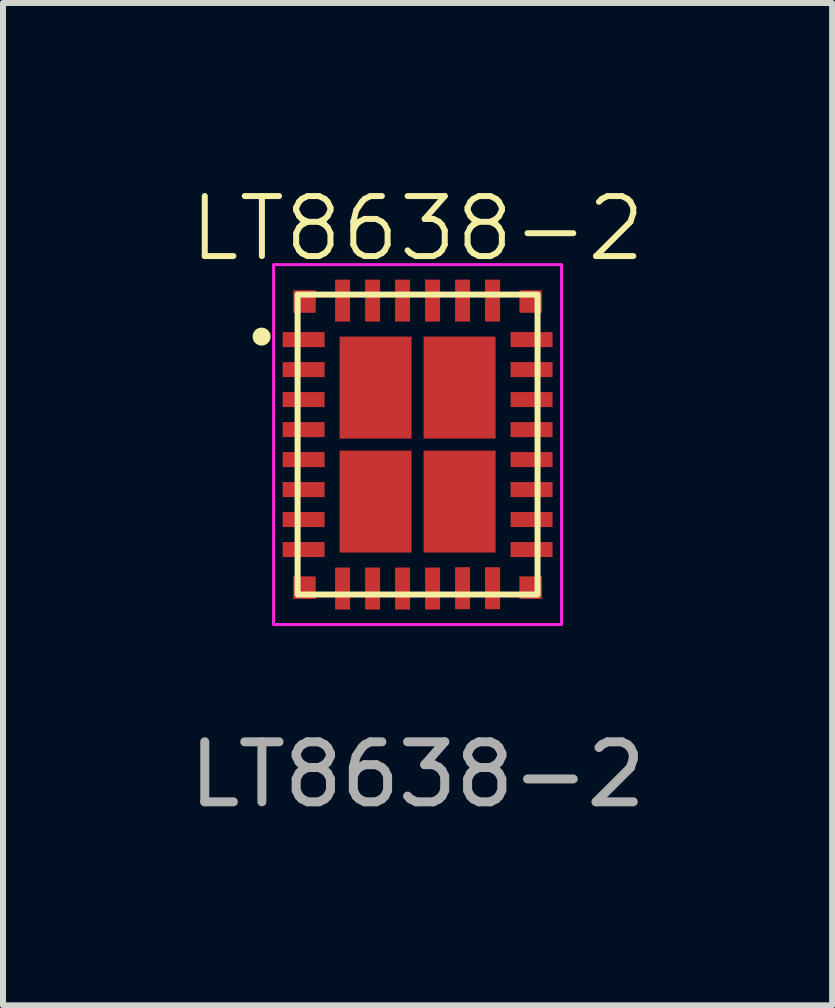
<source format=kicad_pcb>
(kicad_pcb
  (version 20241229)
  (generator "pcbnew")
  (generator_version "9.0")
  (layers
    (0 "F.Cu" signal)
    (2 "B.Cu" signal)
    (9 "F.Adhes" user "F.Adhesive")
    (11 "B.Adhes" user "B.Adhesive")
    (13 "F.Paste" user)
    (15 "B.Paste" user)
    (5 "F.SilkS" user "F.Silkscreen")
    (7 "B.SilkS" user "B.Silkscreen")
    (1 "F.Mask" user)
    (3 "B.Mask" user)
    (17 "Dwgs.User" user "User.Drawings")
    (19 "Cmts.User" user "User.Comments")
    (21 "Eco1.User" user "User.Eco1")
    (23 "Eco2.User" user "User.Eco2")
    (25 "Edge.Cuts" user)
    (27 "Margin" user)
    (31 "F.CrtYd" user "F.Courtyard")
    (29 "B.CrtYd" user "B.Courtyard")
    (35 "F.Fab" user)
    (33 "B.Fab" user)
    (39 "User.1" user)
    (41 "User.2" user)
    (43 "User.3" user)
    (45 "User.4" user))
  (footprint "LT8638-2"
    (layer "F.Cu")
    (at 3.911 4.361)
    (property "Reference" "LT8638-2" (at 0 -3.6 0) (unlocked yes) (layer "F.SilkS") (effects (font (size 1 1) (thickness 0.1))))
    (attr smd)
    (fp_rect (start -2 -2.5) (end 2 2.5) (stroke (width 0.1) (type default)) (fill no) (layer "F.SilkS"))
    (fp_circle (center -2.6 -1.8) (end -2.5 -1.8) (stroke (width 0.1) (type solid)) (fill yes) (layer "F.SilkS"))
    (fp_rect (start -2.4 -3) (end 2.4 3) (stroke (width 0.05) (type default)) (fill no) (layer "F.CrtYd"))
    (fp_text user "${REFERENCE}" (at 0 5.5 0) (unlocked yes) (layer "F.Fab") (effects (font (size 1 1) (thickness 0.15))))
    (pad "" smd rect (at -1.885 -2.385) (size 0.375 0.375) (layers "F.Cu" "F.Mask" "F.Paste"))
    (pad "" smd rect (at -1.885 2.385) (size 0.375 0.375) (layers "F.Cu" "F.Mask" "F.Paste"))
    (pad "" smd rect (at 1.885 -2.385) (size 0.375 0.375) (layers "F.Cu" "F.Mask" "F.Paste"))
    (pad "" smd rect (at 1.885 2.385) (size 0.375 0.375) (layers "F.Cu" "F.Mask" "F.Paste"))
    (pad "1" smd rect (at -1.9 -1.75) (size 0.7 0.25) (layers "F.Cu" "F.Mask" "F.Paste"))
    (pad "2" smd rect (at -1.9 -1.25) (size 0.7 0.25) (layers "F.Cu" "F.Mask" "F.Paste"))
    (pad "3" smd rect (at -1.9 -0.75) (size 0.7 0.25) (layers "F.Cu" "F.Mask" "F.Paste"))
    (pad "4" smd rect (at -1.9 -0.25) (size 0.7 0.25) (layers "F.Cu" "F.Mask" "F.Paste"))
    (pad "5" smd rect (at -1.9 0.25) (size 0.7 0.25) (layers "F.Cu" "F.Mask" "F.Paste"))
    (pad "6" smd rect (at -1.9 0.75) (size 0.7 0.25) (layers "F.Cu" "F.Mask" "F.Paste"))
    (pad "7" smd rect (at -1.9 1.25) (size 0.7 0.25) (layers "F.Cu" "F.Mask" "F.Paste"))
    (pad "8" smd rect (at -1.9 1.75) (size 0.7 0.25) (layers "F.Cu" "F.Mask" "F.Paste"))
    (pad "9" smd rect (at -1.25 2.4) (size 0.25 0.7) (layers "F.Cu" "F.Mask" "F.Paste"))
    (pad "10" smd rect (at -0.75 2.4) (size 0.25 0.7) (layers "F.Cu" "F.Mask" "F.Paste"))
    (pad "11" smd rect (at -0.25 2.4) (size 0.25 0.7) (layers "F.Cu" "F.Mask" "F.Paste"))
    (pad "12" smd rect (at 0.25 2.4) (size 0.25 0.7) (layers "F.Cu" "F.Mask" "F.Paste"))
    (pad "13" smd rect (at 0.75 2.394) (size 0.25 0.7) (layers "F.Cu" "F.Mask" "F.Paste"))
    (pad "14" smd rect (at 1.25 2.394) (size 0.25 0.7) (layers "F.Cu" "F.Mask" "F.Paste"))
    (pad "15" smd rect (at 1.9 1.75) (size 0.7 0.25) (layers "F.Cu" "F.Mask" "F.Paste"))
    (pad "16" smd rect (at 1.9 1.25) (size 0.7 0.25) (layers "F.Cu" "F.Mask" "F.Paste"))
    (pad "17" smd rect (at 1.9 0.75) (size 0.7 0.25) (layers "F.Cu" "F.Mask" "F.Paste"))
    (pad "18" smd rect (at 1.9 0.25) (size 0.7 0.25) (layers "F.Cu" "F.Mask" "F.Paste"))
    (pad "19" smd rect (at 1.9 -0.25) (size 0.7 0.25) (layers "F.Cu" "F.Mask" "F.Paste"))
    (pad "20" smd rect (at 1.9 -0.75) (size 0.7 0.25) (layers "F.Cu" "F.Mask" "F.Paste"))
    (pad "21" smd rect (at 1.9 -1.25) (size 0.7 0.25) (layers "F.Cu" "F.Mask" "F.Paste"))
    (pad "22" smd rect (at 1.9 -1.75) (size 0.7 0.25) (layers "F.Cu" "F.Mask" "F.Paste"))
    (pad "23" smd rect (at 1.25 -2.4) (size 0.25 0.7) (layers "F.Cu" "F.Mask" "F.Paste"))
    (pad "24" smd rect (at 0.75 -2.4) (size 0.25 0.7) (layers "F.Cu" "F.Mask" "F.Paste"))
    (pad "25" smd rect (at 0.25 -2.4) (size 0.25 0.7) (layers "F.Cu" "F.Mask" "F.Paste"))
    (pad "26" smd rect (at -0.25 -2.4) (size 0.25 0.7) (layers "F.Cu" "F.Mask" "F.Paste"))
    (pad "27" smd rect (at -0.75 -2.4) (size 0.25 0.7) (layers "F.Cu" "F.Mask" "F.Paste"))
    (pad "28" smd rect (at -1.25 -2.4) (size 0.25 0.7) (layers "F.Cu" "F.Mask" "F.Paste"))
    (pad "29" smd rect (at -0.7 -0.95) (size 1.2 1.7) (layers "F.Cu" "F.Mask" "F.Paste"))
    (pad "30" smd rect (at 0.7 -0.95) (size 1.2 1.7) (layers "F.Cu" "F.Mask" "F.Paste"))
    (pad "31" smd rect (at -0.7 0.95) (size 1.2 1.7) (layers "F.Cu" "F.Mask" "F.Paste"))
    (pad "32" smd rect (at 0.7 0.95) (size 1.2 1.7) (layers "F.Cu" "F.Mask" "F.Paste")))
  (gr_rect
    (start -3 -3)
    (end 10.821 13.709)
    (stroke (width 0.1) (type default))
    (fill no)
    (layer "Edge.Cuts")))
</source>
